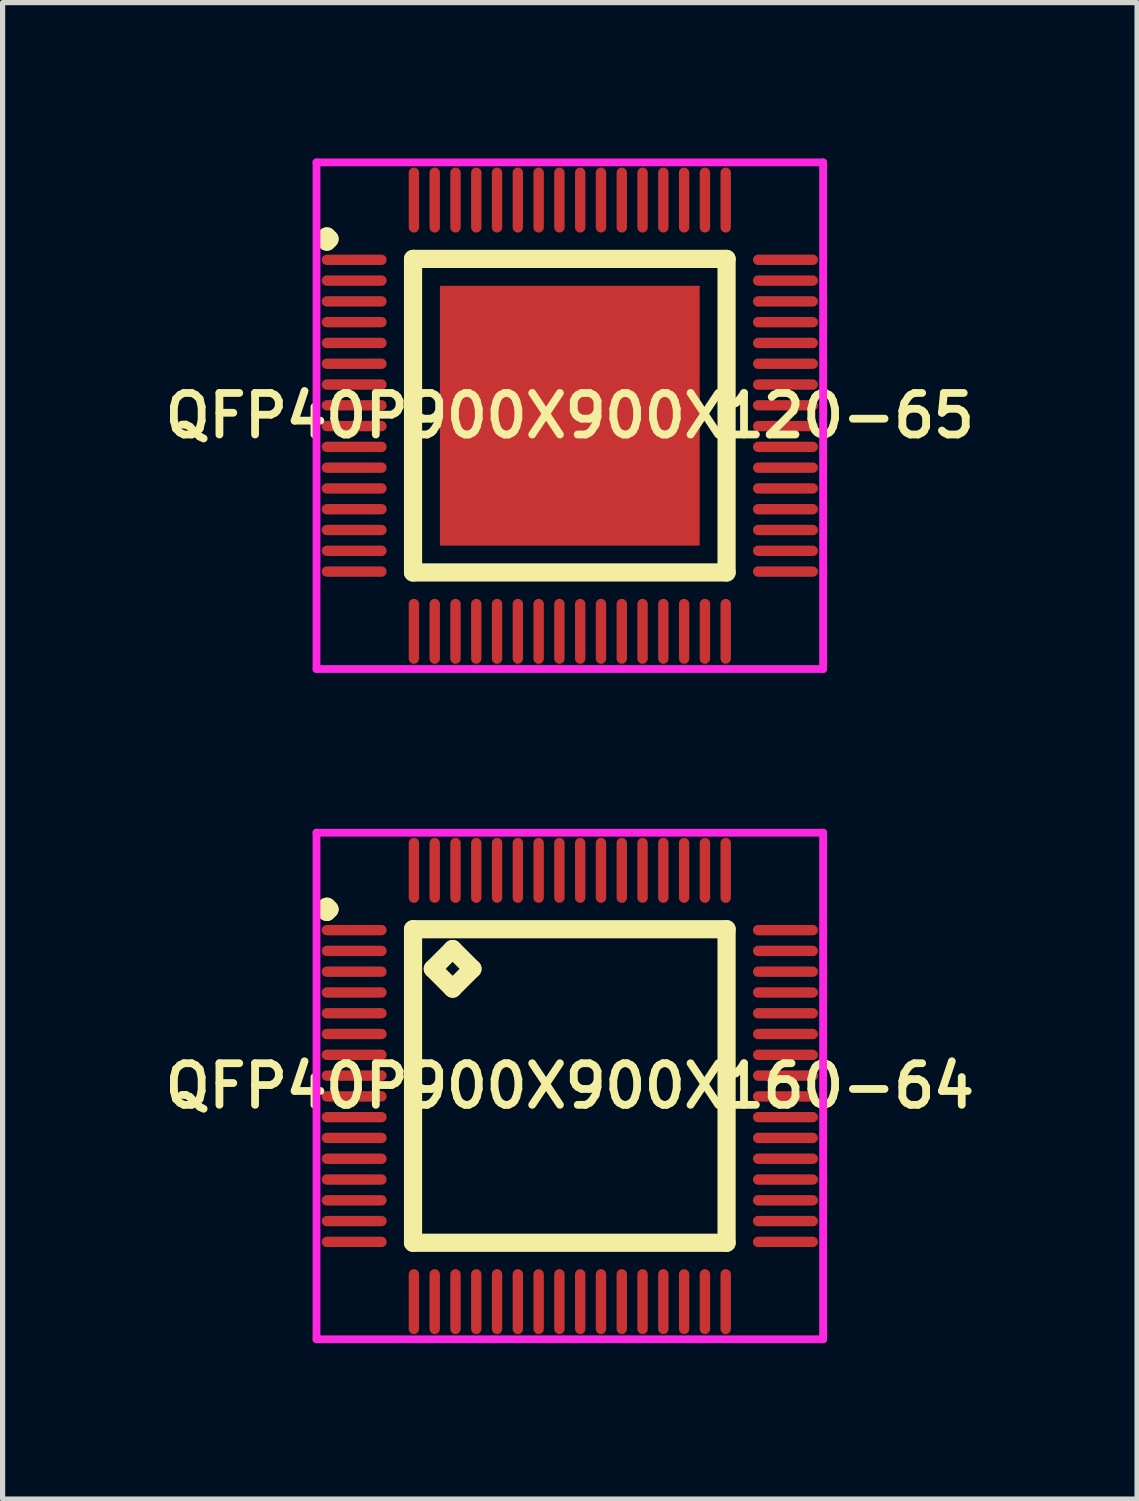
<source format=kicad_pcb>
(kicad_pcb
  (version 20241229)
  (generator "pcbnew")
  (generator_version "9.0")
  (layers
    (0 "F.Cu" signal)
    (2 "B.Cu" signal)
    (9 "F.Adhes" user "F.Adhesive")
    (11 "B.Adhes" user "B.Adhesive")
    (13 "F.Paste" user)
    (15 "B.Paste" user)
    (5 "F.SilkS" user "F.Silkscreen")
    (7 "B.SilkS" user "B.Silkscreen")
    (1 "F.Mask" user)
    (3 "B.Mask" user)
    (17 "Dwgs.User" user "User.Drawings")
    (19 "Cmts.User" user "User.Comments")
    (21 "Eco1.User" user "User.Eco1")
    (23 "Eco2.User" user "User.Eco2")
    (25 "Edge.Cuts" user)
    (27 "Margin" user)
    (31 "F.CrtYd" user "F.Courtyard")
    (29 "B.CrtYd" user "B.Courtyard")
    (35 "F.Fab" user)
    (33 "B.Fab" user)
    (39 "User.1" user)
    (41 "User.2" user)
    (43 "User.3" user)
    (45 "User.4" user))
  (footprint "QFP40P900X900X120-65"
    (layer "F.Cu")
    (at 7.916 4.95)
    (property "Reference" "QFP40P900X900X120-65" (at 0 0 0) (layer "F.SilkS") (effects (font (size 0.8 0.8) (thickness 0.15))))
    (attr smd)
    (fp_line (start -4.725 -3.4) (end -4.675 -3.45) (stroke (width 0.35) (type solid)) (layer "F.SilkS"))
    (fp_line (start -4.675 -3.45) (end -4.625 -3.4) (stroke (width 0.35) (type solid)) (layer "F.SilkS"))
    (fp_line (start -4.675 -3.35) (end -4.725 -3.4) (stroke (width 0.35) (type solid)) (layer "F.SilkS"))
    (fp_line (start -4.625 -3.4) (end -4.675 -3.35) (stroke (width 0.35) (type solid)) (layer "F.SilkS"))
    (fp_line (start -3.017 -3.017) (end -3.017 3.017) (stroke (width 0.35) (type solid)) (layer "F.SilkS"))
    (fp_line (start -3.017 3.017) (end 3.017 3.017) (stroke (width 0.35) (type solid)) (layer "F.SilkS"))
    (fp_line (start 3.017 -3.017) (end -3.017 -3.017) (stroke (width 0.35) (type solid)) (layer "F.SilkS"))
    (fp_line (start 3.017 3.017) (end 3.017 -3.017) (stroke (width 0.35) (type solid)) (layer "F.SilkS"))
    (fp_line (start -4.875 -4.875) (end 4.875 -4.875) (stroke (width 0.15) (type solid)) (layer "F.CrtYd"))
    (fp_line (start -4.875 4.875) (end -4.875 -4.875) (stroke (width 0.15) (type solid)) (layer "F.CrtYd"))
    (fp_line (start 4.875 -4.875) (end 4.875 4.875) (stroke (width 0.15) (type solid)) (layer "F.CrtYd"))
    (fp_line (start 4.875 4.875) (end -4.875 4.875) (stroke (width 0.15) (type solid)) (layer "F.CrtYd"))
    (pad "1" smd oval (at -4.15 -3) (size 1.25 0.2) (layers "F.Cu" "F.Mask" "F.Paste"))
    (pad "2" smd oval (at -4.15 -2.6) (size 1.25 0.2) (layers "F.Cu" "F.Mask" "F.Paste"))
    (pad "3" smd oval (at -4.15 -2.2) (size 1.25 0.2) (layers "F.Cu" "F.Mask" "F.Paste"))
    (pad "4" smd oval (at -4.15 -1.8) (size 1.25 0.2) (layers "F.Cu" "F.Mask" "F.Paste"))
    (pad "5" smd oval (at -4.15 -1.4) (size 1.25 0.2) (layers "F.Cu" "F.Mask" "F.Paste"))
    (pad "6" smd oval (at -4.15 -1) (size 1.25 0.2) (layers "F.Cu" "F.Mask" "F.Paste"))
    (pad "7" smd oval (at -4.15 -0.6) (size 1.25 0.2) (layers "F.Cu" "F.Mask" "F.Paste"))
    (pad "8" smd oval (at -4.15 -0.2) (size 1.25 0.2) (layers "F.Cu" "F.Mask" "F.Paste"))
    (pad "9" smd oval (at -4.15 0.2) (size 1.25 0.2) (layers "F.Cu" "F.Mask" "F.Paste"))
    (pad "10" smd oval (at -4.15 0.6) (size 1.25 0.2) (layers "F.Cu" "F.Mask" "F.Paste"))
    (pad "11" smd oval (at -4.15 1) (size 1.25 0.2) (layers "F.Cu" "F.Mask" "F.Paste"))
    (pad "12" smd oval (at -4.15 1.4) (size 1.25 0.2) (layers "F.Cu" "F.Mask" "F.Paste"))
    (pad "13" smd oval (at -4.15 1.8) (size 1.25 0.2) (layers "F.Cu" "F.Mask" "F.Paste"))
    (pad "14" smd oval (at -4.15 2.2) (size 1.25 0.2) (layers "F.Cu" "F.Mask" "F.Paste"))
    (pad "15" smd oval (at -4.15 2.6) (size 1.25 0.2) (layers "F.Cu" "F.Mask" "F.Paste"))
    (pad "16" smd oval (at -4.15 3) (size 1.25 0.2) (layers "F.Cu" "F.Mask" "F.Paste"))
    (pad "17" smd oval (at -3 4.15) (size 0.2 1.25) (layers "F.Cu" "F.Mask" "F.Paste"))
    (pad "18" smd oval (at -2.6 4.15) (size 0.2 1.25) (layers "F.Cu" "F.Mask" "F.Paste"))
    (pad "19" smd oval (at -2.2 4.15) (size 0.2 1.25) (layers "F.Cu" "F.Mask" "F.Paste"))
    (pad "20" smd oval (at -1.8 4.15) (size 0.2 1.25) (layers "F.Cu" "F.Mask" "F.Paste"))
    (pad "21" smd oval (at -1.4 4.15) (size 0.2 1.25) (layers "F.Cu" "F.Mask" "F.Paste"))
    (pad "22" smd oval (at -1 4.15) (size 0.2 1.25) (layers "F.Cu" "F.Mask" "F.Paste"))
    (pad "23" smd oval (at -0.6 4.15) (size 0.2 1.25) (layers "F.Cu" "F.Mask" "F.Paste"))
    (pad "24" smd oval (at -0.2 4.15) (size 0.2 1.25) (layers "F.Cu" "F.Mask" "F.Paste"))
    (pad "25" smd oval (at 0.2 4.15) (size 0.2 1.25) (layers "F.Cu" "F.Mask" "F.Paste"))
    (pad "26" smd oval (at 0.6 4.15) (size 0.2 1.25) (layers "F.Cu" "F.Mask" "F.Paste"))
    (pad "27" smd oval (at 1 4.15) (size 0.2 1.25) (layers "F.Cu" "F.Mask" "F.Paste"))
    (pad "28" smd oval (at 1.4 4.15) (size 0.2 1.25) (layers "F.Cu" "F.Mask" "F.Paste"))
    (pad "29" smd oval (at 1.8 4.15) (size 0.2 1.25) (layers "F.Cu" "F.Mask" "F.Paste"))
    (pad "30" smd oval (at 2.2 4.15) (size 0.2 1.25) (layers "F.Cu" "F.Mask" "F.Paste"))
    (pad "31" smd oval (at 2.6 4.15) (size 0.2 1.25) (layers "F.Cu" "F.Mask" "F.Paste"))
    (pad "32" smd oval (at 3 4.15) (size 0.2 1.25) (layers "F.Cu" "F.Mask" "F.Paste"))
    (pad "33" smd oval (at 4.15 3) (size 1.25 0.2) (layers "F.Cu" "F.Mask" "F.Paste"))
    (pad "34" smd oval (at 4.15 2.6) (size 1.25 0.2) (layers "F.Cu" "F.Mask" "F.Paste"))
    (pad "35" smd oval (at 4.15 2.2) (size 1.25 0.2) (layers "F.Cu" "F.Mask" "F.Paste"))
    (pad "36" smd oval (at 4.15 1.8) (size 1.25 0.2) (layers "F.Cu" "F.Mask" "F.Paste"))
    (pad "37" smd oval (at 4.15 1.4) (size 1.25 0.2) (layers "F.Cu" "F.Mask" "F.Paste"))
    (pad "38" smd oval (at 4.15 1) (size 1.25 0.2) (layers "F.Cu" "F.Mask" "F.Paste"))
    (pad "39" smd oval (at 4.15 0.6) (size 1.25 0.2) (layers "F.Cu" "F.Mask" "F.Paste"))
    (pad "40" smd oval (at 4.15 0.2) (size 1.25 0.2) (layers "F.Cu" "F.Mask" "F.Paste"))
    (pad "41" smd oval (at 4.15 -0.2) (size 1.25 0.2) (layers "F.Cu" "F.Mask" "F.Paste"))
    (pad "42" smd oval (at 4.15 -0.6) (size 1.25 0.2) (layers "F.Cu" "F.Mask" "F.Paste"))
    (pad "43" smd oval (at 4.15 -1) (size 1.25 0.2) (layers "F.Cu" "F.Mask" "F.Paste"))
    (pad "44" smd oval (at 4.15 -1.4) (size 1.25 0.2) (layers "F.Cu" "F.Mask" "F.Paste"))
    (pad "45" smd oval (at 4.15 -1.8) (size 1.25 0.2) (layers "F.Cu" "F.Mask" "F.Paste"))
    (pad "46" smd oval (at 4.15 -2.2) (size 1.25 0.2) (layers "F.Cu" "F.Mask" "F.Paste"))
    (pad "47" smd oval (at 4.15 -2.6) (size 1.25 0.2) (layers "F.Cu" "F.Mask" "F.Paste"))
    (pad "48" smd oval (at 4.15 -3) (size 1.25 0.2) (layers "F.Cu" "F.Mask" "F.Paste"))
    (pad "49" smd oval (at 3 -4.15) (size 0.2 1.25) (layers "F.Cu" "F.Mask" "F.Paste"))
    (pad "50" smd oval (at 2.6 -4.15) (size 0.2 1.25) (layers "F.Cu" "F.Mask" "F.Paste"))
    (pad "51" smd oval (at 2.2 -4.15) (size 0.2 1.25) (layers "F.Cu" "F.Mask" "F.Paste"))
    (pad "52" smd oval (at 1.8 -4.15) (size 0.2 1.25) (layers "F.Cu" "F.Mask" "F.Paste"))
    (pad "53" smd oval (at 1.4 -4.15) (size 0.2 1.25) (layers "F.Cu" "F.Mask" "F.Paste"))
    (pad "54" smd oval (at 1 -4.15) (size 0.2 1.25) (layers "F.Cu" "F.Mask" "F.Paste"))
    (pad "55" smd oval (at 0.6 -4.15) (size 0.2 1.25) (layers "F.Cu" "F.Mask" "F.Paste"))
    (pad "56" smd oval (at 0.2 -4.15) (size 0.2 1.25) (layers "F.Cu" "F.Mask" "F.Paste"))
    (pad "57" smd oval (at -0.2 -4.15) (size 0.2 1.25) (layers "F.Cu" "F.Mask" "F.Paste"))
    (pad "58" smd oval (at -0.6 -4.15) (size 0.2 1.25) (layers "F.Cu" "F.Mask" "F.Paste"))
    (pad "59" smd oval (at -1 -4.15) (size 0.2 1.25) (layers "F.Cu" "F.Mask" "F.Paste"))
    (pad "60" smd oval (at -1.4 -4.15) (size 0.2 1.25) (layers "F.Cu" "F.Mask" "F.Paste"))
    (pad "61" smd oval (at -1.8 -4.15) (size 0.2 1.25) (layers "F.Cu" "F.Mask" "F.Paste"))
    (pad "62" smd oval (at -2.2 -4.15) (size 0.2 1.25) (layers "F.Cu" "F.Mask" "F.Paste"))
    (pad "63" smd oval (at -2.6 -4.15) (size 0.2 1.25) (layers "F.Cu" "F.Mask" "F.Paste"))
    (pad "64" smd oval (at -3 -4.15) (size 0.2 1.25) (layers "F.Cu" "F.Mask" "F.Paste"))
    (pad "65" smd rect (at 0 0) (size 5 5) (layers "F.Cu" "F.Mask" "F.Paste")))
  (footprint "QFP40P900X900X160-64"
    (layer "F.Cu")
    (at 7.916 17.85)
    (property "Reference" "QFP40P900X900X160-64" (at 0 0 0) (layer "F.SilkS") (effects (font (size 0.8 0.8) (thickness 0.15))))
    (attr smd)
    (fp_line (start -4.725 -3.4) (end -4.675 -3.45) (stroke (width 0.35) (type solid)) (layer "F.SilkS"))
    (fp_line (start -4.675 -3.45) (end -4.625 -3.4) (stroke (width 0.35) (type solid)) (layer "F.SilkS"))
    (fp_line (start -4.675 -3.35) (end -4.725 -3.4) (stroke (width 0.35) (type solid)) (layer "F.SilkS"))
    (fp_line (start -4.625 -3.4) (end -4.675 -3.35) (stroke (width 0.35) (type solid)) (layer "F.SilkS"))
    (fp_line (start -3.017 -3.017) (end -3.017 3.017) (stroke (width 0.35) (type solid)) (layer "F.SilkS"))
    (fp_line (start -3.017 3.017) (end 3.017 3.017) (stroke (width 0.35) (type solid)) (layer "F.SilkS"))
    (fp_line (start -2.636 -2.255) (end -2.255 -2.636) (stroke (width 0.35) (type solid)) (layer "F.SilkS"))
    (fp_line (start -2.255 -2.636) (end -1.874 -2.255) (stroke (width 0.35) (type solid)) (layer "F.SilkS"))
    (fp_line (start -2.255 -1.874) (end -2.636 -2.255) (stroke (width 0.35) (type solid)) (layer "F.SilkS"))
    (fp_line (start -1.874 -2.255) (end -2.255 -1.874) (stroke (width 0.35) (type solid)) (layer "F.SilkS"))
    (fp_line (start 3.017 -3.017) (end -3.017 -3.017) (stroke (width 0.35) (type solid)) (layer "F.SilkS"))
    (fp_line (start 3.017 3.017) (end 3.017 -3.017) (stroke (width 0.35) (type solid)) (layer "F.SilkS"))
    (fp_line (start -4.875 -4.875) (end 4.875 -4.875) (stroke (width 0.15) (type solid)) (layer "F.CrtYd"))
    (fp_line (start -4.875 4.875) (end -4.875 -4.875) (stroke (width 0.15) (type solid)) (layer "F.CrtYd"))
    (fp_line (start 4.875 -4.875) (end 4.875 4.875) (stroke (width 0.15) (type solid)) (layer "F.CrtYd"))
    (fp_line (start 4.875 4.875) (end -4.875 4.875) (stroke (width 0.15) (type solid)) (layer "F.CrtYd"))
    (pad "1" smd oval (at -4.15 -3) (size 1.25 0.2) (layers "F.Cu" "F.Mask" "F.Paste"))
    (pad "2" smd oval (at -4.15 -2.6) (size 1.25 0.2) (layers "F.Cu" "F.Mask" "F.Paste"))
    (pad "3" smd oval (at -4.15 -2.2) (size 1.25 0.2) (layers "F.Cu" "F.Mask" "F.Paste"))
    (pad "4" smd oval (at -4.15 -1.8) (size 1.25 0.2) (layers "F.Cu" "F.Mask" "F.Paste"))
    (pad "5" smd oval (at -4.15 -1.4) (size 1.25 0.2) (layers "F.Cu" "F.Mask" "F.Paste"))
    (pad "6" smd oval (at -4.15 -1) (size 1.25 0.2) (layers "F.Cu" "F.Mask" "F.Paste"))
    (pad "7" smd oval (at -4.15 -0.6) (size 1.25 0.2) (layers "F.Cu" "F.Mask" "F.Paste"))
    (pad "8" smd oval (at -4.15 -0.2) (size 1.25 0.2) (layers "F.Cu" "F.Mask" "F.Paste"))
    (pad "9" smd oval (at -4.15 0.2) (size 1.25 0.2) (layers "F.Cu" "F.Mask" "F.Paste"))
    (pad "10" smd oval (at -4.15 0.6) (size 1.25 0.2) (layers "F.Cu" "F.Mask" "F.Paste"))
    (pad "11" smd oval (at -4.15 1) (size 1.25 0.2) (layers "F.Cu" "F.Mask" "F.Paste"))
    (pad "12" smd oval (at -4.15 1.4) (size 1.25 0.2) (layers "F.Cu" "F.Mask" "F.Paste"))
    (pad "13" smd oval (at -4.15 1.8) (size 1.25 0.2) (layers "F.Cu" "F.Mask" "F.Paste"))
    (pad "14" smd oval (at -4.15 2.2) (size 1.25 0.2) (layers "F.Cu" "F.Mask" "F.Paste"))
    (pad "15" smd oval (at -4.15 2.6) (size 1.25 0.2) (layers "F.Cu" "F.Mask" "F.Paste"))
    (pad "16" smd oval (at -4.15 3) (size 1.25 0.2) (layers "F.Cu" "F.Mask" "F.Paste"))
    (pad "17" smd oval (at -3 4.15) (size 0.2 1.25) (layers "F.Cu" "F.Mask" "F.Paste"))
    (pad "18" smd oval (at -2.6 4.15) (size 0.2 1.25) (layers "F.Cu" "F.Mask" "F.Paste"))
    (pad "19" smd oval (at -2.2 4.15) (size 0.2 1.25) (layers "F.Cu" "F.Mask" "F.Paste"))
    (pad "20" smd oval (at -1.8 4.15) (size 0.2 1.25) (layers "F.Cu" "F.Mask" "F.Paste"))
    (pad "21" smd oval (at -1.4 4.15) (size 0.2 1.25) (layers "F.Cu" "F.Mask" "F.Paste"))
    (pad "22" smd oval (at -1 4.15) (size 0.2 1.25) (layers "F.Cu" "F.Mask" "F.Paste"))
    (pad "23" smd oval (at -0.6 4.15) (size 0.2 1.25) (layers "F.Cu" "F.Mask" "F.Paste"))
    (pad "24" smd oval (at -0.2 4.15) (size 0.2 1.25) (layers "F.Cu" "F.Mask" "F.Paste"))
    (pad "25" smd oval (at 0.2 4.15) (size 0.2 1.25) (layers "F.Cu" "F.Mask" "F.Paste"))
    (pad "26" smd oval (at 0.6 4.15) (size 0.2 1.25) (layers "F.Cu" "F.Mask" "F.Paste"))
    (pad "27" smd oval (at 1 4.15) (size 0.2 1.25) (layers "F.Cu" "F.Mask" "F.Paste"))
    (pad "28" smd oval (at 1.4 4.15) (size 0.2 1.25) (layers "F.Cu" "F.Mask" "F.Paste"))
    (pad "29" smd oval (at 1.8 4.15) (size 0.2 1.25) (layers "F.Cu" "F.Mask" "F.Paste"))
    (pad "30" smd oval (at 2.2 4.15) (size 0.2 1.25) (layers "F.Cu" "F.Mask" "F.Paste"))
    (pad "31" smd oval (at 2.6 4.15) (size 0.2 1.25) (layers "F.Cu" "F.Mask" "F.Paste"))
    (pad "32" smd oval (at 3 4.15) (size 0.2 1.25) (layers "F.Cu" "F.Mask" "F.Paste"))
    (pad "33" smd oval (at 4.15 3) (size 1.25 0.2) (layers "F.Cu" "F.Mask" "F.Paste"))
    (pad "34" smd oval (at 4.15 2.6) (size 1.25 0.2) (layers "F.Cu" "F.Mask" "F.Paste"))
    (pad "35" smd oval (at 4.15 2.2) (size 1.25 0.2) (layers "F.Cu" "F.Mask" "F.Paste"))
    (pad "36" smd oval (at 4.15 1.8) (size 1.25 0.2) (layers "F.Cu" "F.Mask" "F.Paste"))
    (pad "37" smd oval (at 4.15 1.4) (size 1.25 0.2) (layers "F.Cu" "F.Mask" "F.Paste"))
    (pad "38" smd oval (at 4.15 1) (size 1.25 0.2) (layers "F.Cu" "F.Mask" "F.Paste"))
    (pad "39" smd oval (at 4.15 0.6) (size 1.25 0.2) (layers "F.Cu" "F.Mask" "F.Paste"))
    (pad "40" smd oval (at 4.15 0.2) (size 1.25 0.2) (layers "F.Cu" "F.Mask" "F.Paste"))
    (pad "41" smd oval (at 4.15 -0.2) (size 1.25 0.2) (layers "F.Cu" "F.Mask" "F.Paste"))
    (pad "42" smd oval (at 4.15 -0.6) (size 1.25 0.2) (layers "F.Cu" "F.Mask" "F.Paste"))
    (pad "43" smd oval (at 4.15 -1) (size 1.25 0.2) (layers "F.Cu" "F.Mask" "F.Paste"))
    (pad "44" smd oval (at 4.15 -1.4) (size 1.25 0.2) (layers "F.Cu" "F.Mask" "F.Paste"))
    (pad "45" smd oval (at 4.15 -1.8) (size 1.25 0.2) (layers "F.Cu" "F.Mask" "F.Paste"))
    (pad "46" smd oval (at 4.15 -2.2) (size 1.25 0.2) (layers "F.Cu" "F.Mask" "F.Paste"))
    (pad "47" smd oval (at 4.15 -2.6) (size 1.25 0.2) (layers "F.Cu" "F.Mask" "F.Paste"))
    (pad "48" smd oval (at 4.15 -3) (size 1.25 0.2) (layers "F.Cu" "F.Mask" "F.Paste"))
    (pad "49" smd oval (at 3 -4.15) (size 0.2 1.25) (layers "F.Cu" "F.Mask" "F.Paste"))
    (pad "50" smd oval (at 2.6 -4.15) (size 0.2 1.25) (layers "F.Cu" "F.Mask" "F.Paste"))
    (pad "51" smd oval (at 2.2 -4.15) (size 0.2 1.25) (layers "F.Cu" "F.Mask" "F.Paste"))
    (pad "52" smd oval (at 1.8 -4.15) (size 0.2 1.25) (layers "F.Cu" "F.Mask" "F.Paste"))
    (pad "53" smd oval (at 1.4 -4.15) (size 0.2 1.25) (layers "F.Cu" "F.Mask" "F.Paste"))
    (pad "54" smd oval (at 1 -4.15) (size 0.2 1.25) (layers "F.Cu" "F.Mask" "F.Paste"))
    (pad "55" smd oval (at 0.6 -4.15) (size 0.2 1.25) (layers "F.Cu" "F.Mask" "F.Paste"))
    (pad "56" smd oval (at 0.2 -4.15) (size 0.2 1.25) (layers "F.Cu" "F.Mask" "F.Paste"))
    (pad "57" smd oval (at -0.2 -4.15) (size 0.2 1.25) (layers "F.Cu" "F.Mask" "F.Paste"))
    (pad "58" smd oval (at -0.6 -4.15) (size 0.2 1.25) (layers "F.Cu" "F.Mask" "F.Paste"))
    (pad "59" smd oval (at -1 -4.15) (size 0.2 1.25) (layers "F.Cu" "F.Mask" "F.Paste"))
    (pad "60" smd oval (at -1.4 -4.15) (size 0.2 1.25) (layers "F.Cu" "F.Mask" "F.Paste"))
    (pad "61" smd oval (at -1.8 -4.15) (size 0.2 1.25) (layers "F.Cu" "F.Mask" "F.Paste"))
    (pad "62" smd oval (at -2.2 -4.15) (size 0.2 1.25) (layers "F.Cu" "F.Mask" "F.Paste"))
    (pad "63" smd oval (at -2.6 -4.15) (size 0.2 1.25) (layers "F.Cu" "F.Mask" "F.Paste"))
    (pad "64" smd oval (at -3 -4.15) (size 0.2 1.25) (layers "F.Cu" "F.Mask" "F.Paste")))
  (gr_rect
    (start -3 -3)
    (end 18.833 25.8)
    (stroke (width 0.1) (type default))
    (fill no)
    (layer "Edge.Cuts")))
</source>
